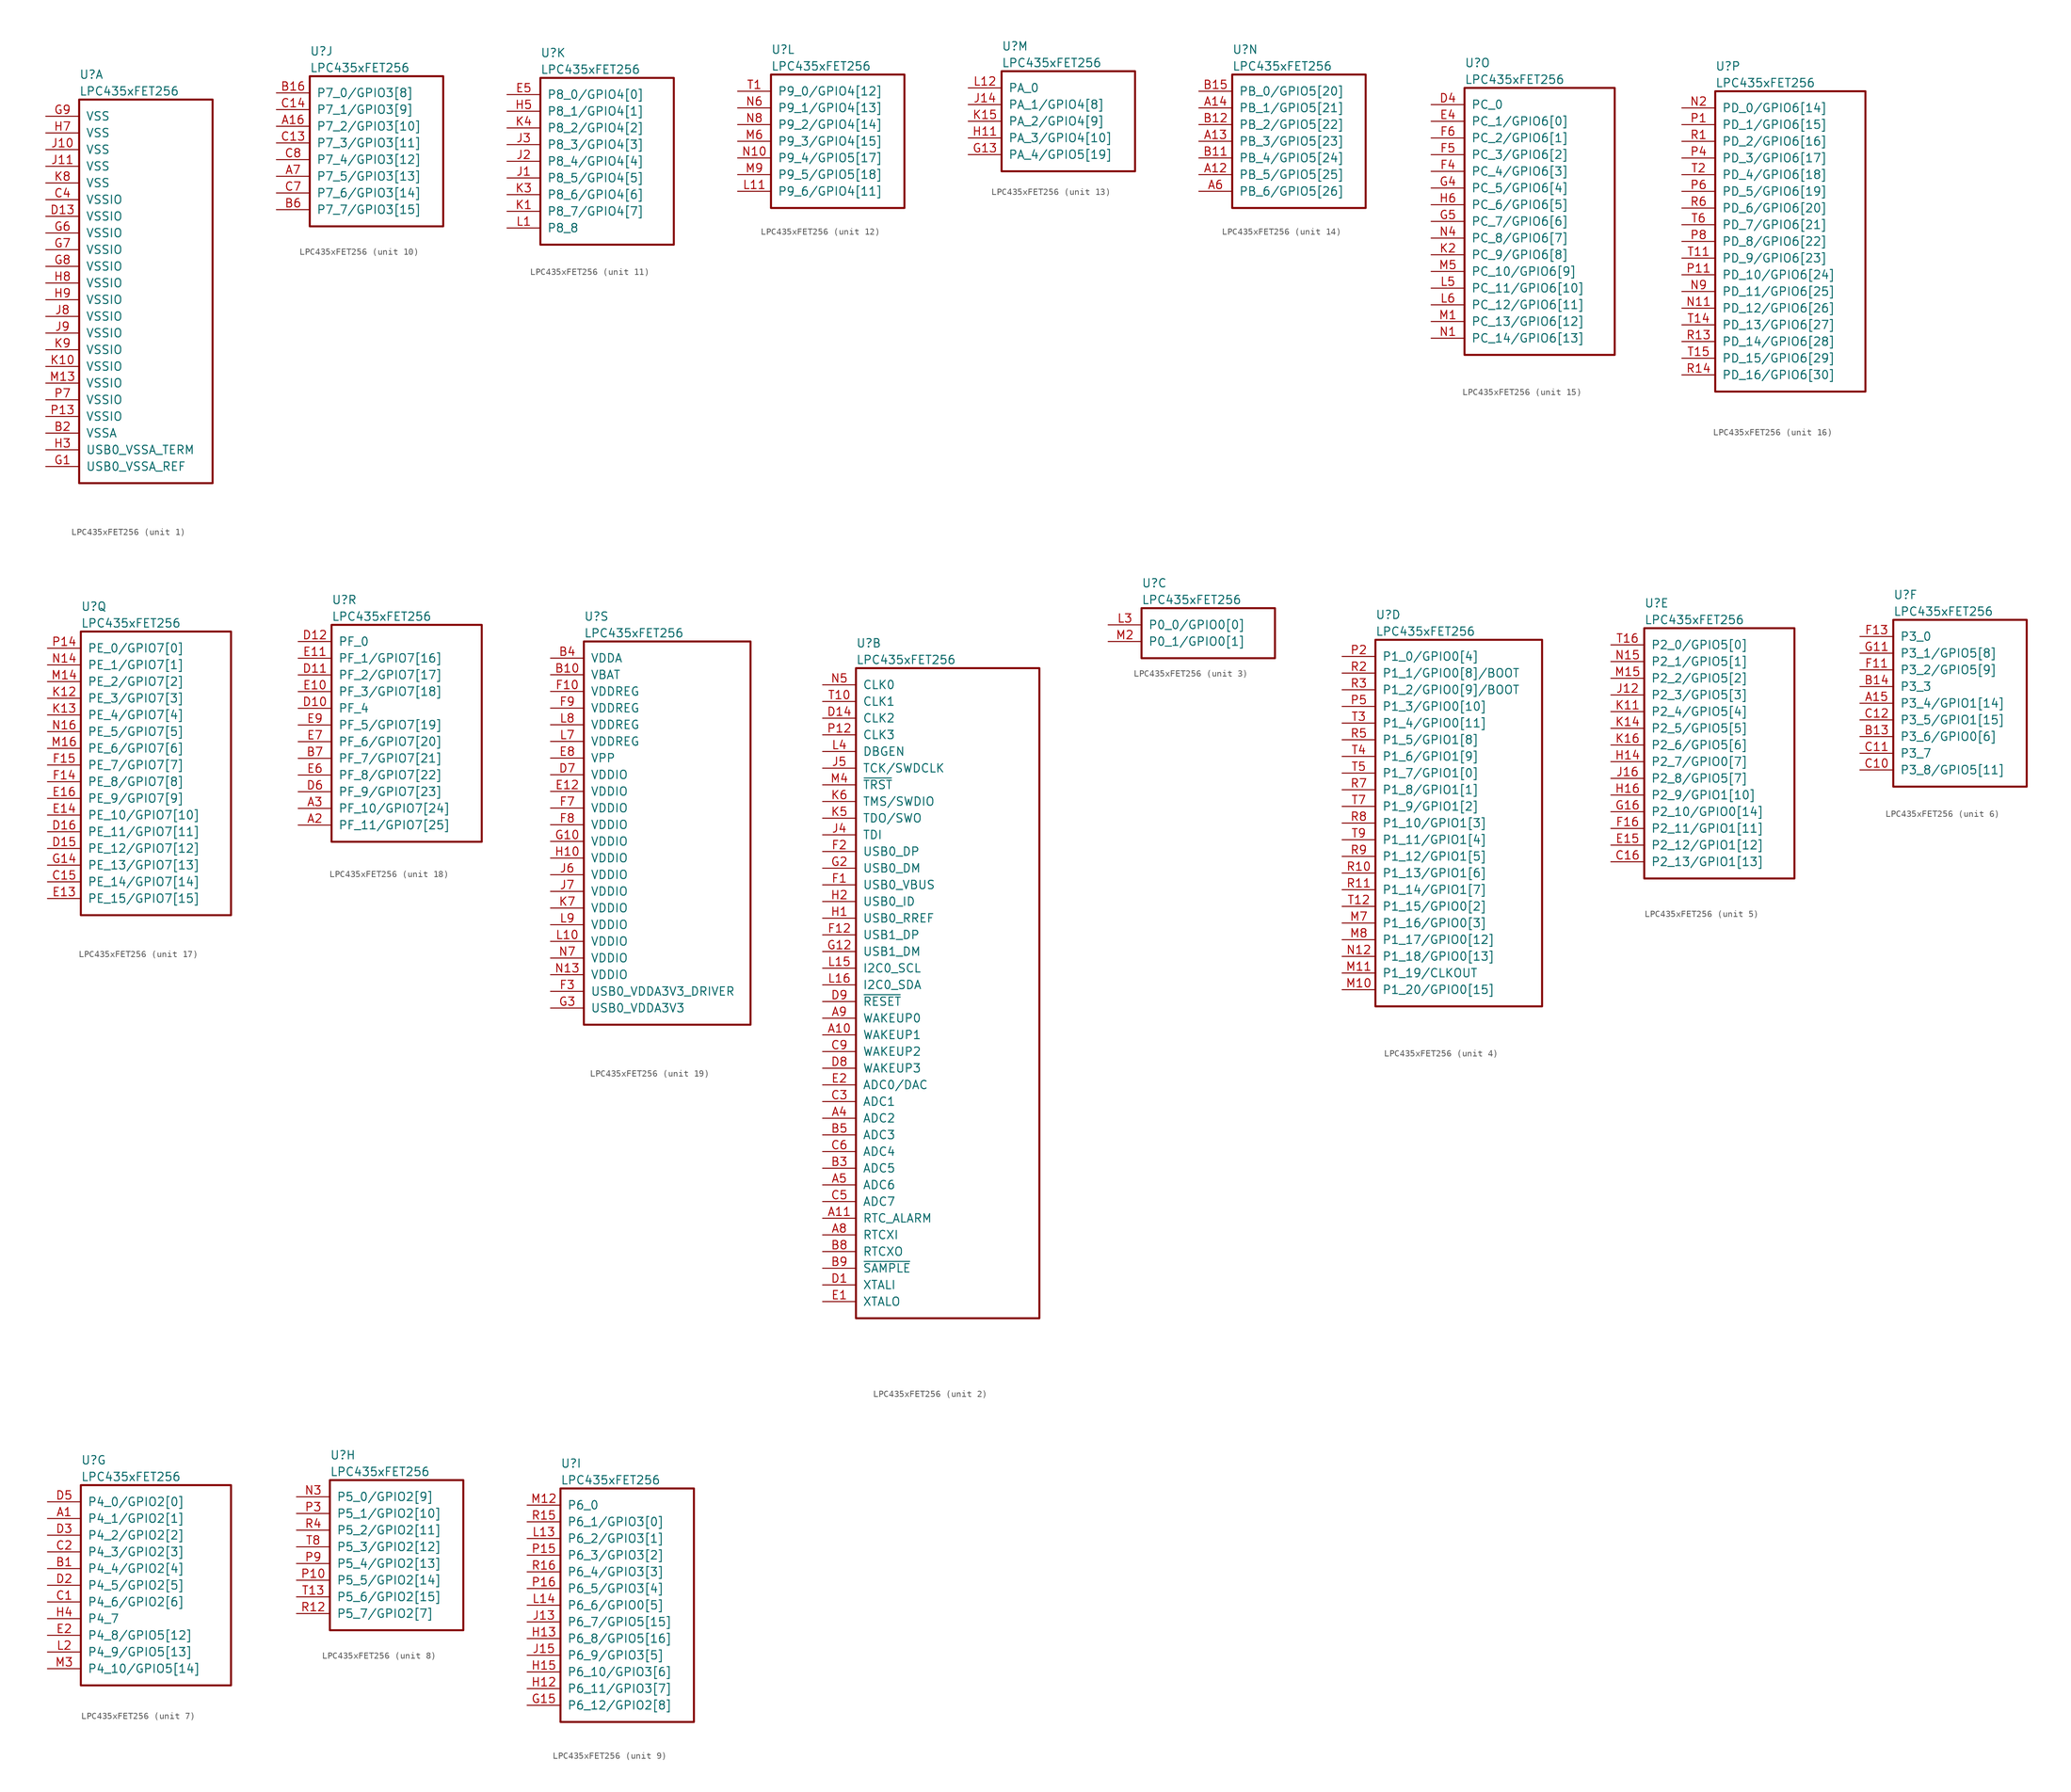
<source format=kicad_sym>
(kicad_symbol_lib
  (version 20211014)
  (generator kicad_symbol_editor)
  (symbol "LPC435xFET256"
    (pin_names
      (offset 1.016))
    (property "Reference" "U"
      (at 5.08 6.35 0)
      (effects (font (size 1.27 1.27)) (justify left)))
    (property "Value" "LPC435xFET256"
      (at 5.08 3.81 0)
      (effects (font (size 1.27 1.27)) (justify left)))
    (property "ki_locked" ""
      (at 0 0 0)
      (effects (font (size 1.27 1.27))))
    (symbol "LPC435xFET256_1_1"
      (rectangle (start 5.08 2.54) (end 25.4 -55.88) (stroke (width 0.305) (type default) (color 0 0 0 0)) (fill (type none)))
      (pin power_in line (at 0 -48.26 0) (length 5.08) (name "VSSA" (effects (font (size 1.27 1.27)))) (number "B2" (effects (font (size 1.27 1.27)))))
      (pin power_in line (at 0 -12.7 0) (length 5.08) (name "VSSIO" (effects (font (size 1.27 1.27)))) (number "C4" (effects (font (size 1.27 1.27)))))
      (pin power_in line (at 0 -15.24 0) (length 5.08) (name "VSSIO" (effects (font (size 1.27 1.27)))) (number "D13" (effects (font (size 1.27 1.27)))))
      (pin power_in line (at 0 -53.34 0) (length 5.08) (name "USB0_VSSA_REF" (effects (font (size 1.27 1.27)))) (number "G1" (effects (font (size 1.27 1.27)))))
      (pin power_in line (at 0 -17.78 0) (length 5.08) (name "VSSIO" (effects (font (size 1.27 1.27)))) (number "G6" (effects (font (size 1.27 1.27)))))
      (pin power_in line (at 0 -20.32 0) (length 5.08) (name "VSSIO" (effects (font (size 1.27 1.27)))) (number "G7" (effects (font (size 1.27 1.27)))))
      (pin power_in line (at 0 -22.86 0) (length 5.08) (name "VSSIO" (effects (font (size 1.27 1.27)))) (number "G8" (effects (font (size 1.27 1.27)))))
      (pin power_in line (at 0 0 0) (length 5.08) (name "VSS" (effects (font (size 1.27 1.27)))) (number "G9" (effects (font (size 1.27 1.27)))))
      (pin power_in line (at 0 -50.8 0) (length 5.08) (name "USB0_VSSA_TERM" (effects (font (size 1.27 1.27)))) (number "H3" (effects (font (size 1.27 1.27)))))
      (pin power_in line (at 0 -2.54 0) (length 5.08) (name "VSS" (effects (font (size 1.27 1.27)))) (number "H7" (effects (font (size 1.27 1.27)))))
      (pin power_in line (at 0 -25.4 0) (length 5.08) (name "VSSIO" (effects (font (size 1.27 1.27)))) (number "H8" (effects (font (size 1.27 1.27)))))
      (pin power_in line (at 0 -27.94 0) (length 5.08) (name "VSSIO" (effects (font (size 1.27 1.27)))) (number "H9" (effects (font (size 1.27 1.27)))))
      (pin power_in line (at 0 -5.08 0) (length 5.08) (name "VSS" (effects (font (size 1.27 1.27)))) (number "J10" (effects (font (size 1.27 1.27)))))
      (pin power_in line (at 0 -7.62 0) (length 5.08) (name "VSS" (effects (font (size 1.27 1.27)))) (number "J11" (effects (font (size 1.27 1.27)))))
      (pin power_in line (at 0 -30.48 0) (length 5.08) (name "VSSIO" (effects (font (size 1.27 1.27)))) (number "J8" (effects (font (size 1.27 1.27)))))
      (pin power_in line (at 0 -33.02 0) (length 5.08) (name "VSSIO" (effects (font (size 1.27 1.27)))) (number "J9" (effects (font (size 1.27 1.27)))))
      (pin power_in line (at 0 -38.1 0) (length 5.08) (name "VSSIO" (effects (font (size 1.27 1.27)))) (number "K10" (effects (font (size 1.27 1.27)))))
      (pin power_in line (at 0 -10.16 0) (length 5.08) (name "VSS" (effects (font (size 1.27 1.27)))) (number "K8" (effects (font (size 1.27 1.27)))))
      (pin power_in line (at 0 -35.56 0) (length 5.08) (name "VSSIO" (effects (font (size 1.27 1.27)))) (number "K9" (effects (font (size 1.27 1.27)))))
      (pin power_in line (at 0 -40.64 0) (length 5.08) (name "VSSIO" (effects (font (size 1.27 1.27)))) (number "M13" (effects (font (size 1.27 1.27)))))
      (pin power_in line (at 0 -45.72 0) (length 5.08) (name "VSSIO" (effects (font (size 1.27 1.27)))) (number "P13" (effects (font (size 1.27 1.27)))))
      (pin power_in line (at 0 -43.18 0) (length 5.08) (name "VSSIO" (effects (font (size 1.27 1.27)))) (number "P7" (effects (font (size 1.27 1.27))))))
    (symbol "LPC435xFET256_2_1"
      (rectangle (start 5.08 2.54) (end 33.02 -96.52) (stroke (width 0.305) (type default) (color 0 0 0 0)) (fill (type none)))
      (pin input line (at 0 -53.34 0) (length 5.08) (name "WAKEUP1" (effects (font (size 1.27 1.27)))) (number "A10" (effects (font (size 1.27 1.27)))))
      (pin output line (at 0 -81.28 0) (length 5.08) (name "RTC_ALARM" (effects (font (size 1.27 1.27)))) (number "A11" (effects (font (size 1.27 1.27)))))
      (pin input line (at 0 -66.04 0) (length 5.08) (name "ADC2" (effects (font (size 1.27 1.27)))) (number "A4" (effects (font (size 1.27 1.27)))))
      (pin input line (at 0 -76.2 0) (length 5.08) (name "ADC6" (effects (font (size 1.27 1.27)))) (number "A5" (effects (font (size 1.27 1.27)))))
      (pin input line (at 0 -83.82 0) (length 5.08) (name "RTCXI" (effects (font (size 1.27 1.27)))) (number "A8" (effects (font (size 1.27 1.27)))))
      (pin input line (at 0 -50.8 0) (length 5.08) (name "WAKEUP0" (effects (font (size 1.27 1.27)))) (number "A9" (effects (font (size 1.27 1.27)))))
      (pin input line (at 0 -73.66 0) (length 5.08) (name "ADC5" (effects (font (size 1.27 1.27)))) (number "B3" (effects (font (size 1.27 1.27)))))
      (pin input line (at 0 -68.58 0) (length 5.08) (name "ADC3" (effects (font (size 1.27 1.27)))) (number "B5" (effects (font (size 1.27 1.27)))))
      (pin output line (at 0 -86.36 0) (length 5.08) (name "RTCXO" (effects (font (size 1.27 1.27)))) (number "B8" (effects (font (size 1.27 1.27)))))
      (pin output line (at 0 -88.9 0) (length 5.08) (name "~{SAMPLE}" (effects (font (size 1.27 1.27)))) (number "B9" (effects (font (size 1.27 1.27)))))
      (pin input line (at 0 -63.5 0) (length 5.08) (name "ADC1" (effects (font (size 1.27 1.27)))) (number "C3" (effects (font (size 1.27 1.27)))))
      (pin input line (at 0 -78.74 0) (length 5.08) (name "ADC7" (effects (font (size 1.27 1.27)))) (number "C5" (effects (font (size 1.27 1.27)))))
      (pin input line (at 0 -71.12 0) (length 5.08) (name "ADC4" (effects (font (size 1.27 1.27)))) (number "C6" (effects (font (size 1.27 1.27)))))
      (pin input line (at 0 -55.88 0) (length 5.08) (name "WAKEUP2" (effects (font (size 1.27 1.27)))) (number "C9" (effects (font (size 1.27 1.27)))))
      (pin input line (at 0 -91.44 0) (length 5.08) (name "XTALI" (effects (font (size 1.27 1.27)))) (number "D1" (effects (font (size 1.27 1.27)))))
      (pin bidirectional line (at 0 -5.08 0) (length 5.08) (name "CLK2" (effects (font (size 1.27 1.27)))) (number "D14" (effects (font (size 1.27 1.27)))))
      (pin input line (at 0 -58.42 0) (length 5.08) (name "WAKEUP3" (effects (font (size 1.27 1.27)))) (number "D8" (effects (font (size 1.27 1.27)))))
      (pin input line (at 0 -48.26 0) (length 5.08) (name "~{RESET}" (effects (font (size 1.27 1.27)))) (number "D9" (effects (font (size 1.27 1.27)))))
      (pin output line (at 0 -93.98 0) (length 5.08) (name "XTALO" (effects (font (size 1.27 1.27)))) (number "E1" (effects (font (size 1.27 1.27)))))
      (pin bidirectional line (at 0 -60.96 0) (length 5.08) (name "ADC0/DAC" (effects (font (size 1.27 1.27)))) (number "E2" (effects (font (size 1.27 1.27)))))
      (pin input line (at 0 -30.48 0) (length 5.08) (name "USB0_VBUS" (effects (font (size 1.27 1.27)))) (number "F1" (effects (font (size 1.27 1.27)))))
      (pin bidirectional line (at 0 -38.1 0) (length 5.08) (name "USB1_DP" (effects (font (size 1.27 1.27)))) (number "F12" (effects (font (size 1.27 1.27)))))
      (pin bidirectional line (at 0 -25.4 0) (length 5.08) (name "USB0_DP" (effects (font (size 1.27 1.27)))) (number "F2" (effects (font (size 1.27 1.27)))))
      (pin bidirectional line (at 0 -40.64 0) (length 5.08) (name "USB1_DM" (effects (font (size 1.27 1.27)))) (number "G12" (effects (font (size 1.27 1.27)))))
      (pin bidirectional line (at 0 -27.94 0) (length 5.08) (name "USB0_DM" (effects (font (size 1.27 1.27)))) (number "G2" (effects (font (size 1.27 1.27)))))
      (pin passive line (at 0 -35.56 0) (length 5.08) (name "USB0_RREF" (effects (font (size 1.27 1.27)))) (number "H1" (effects (font (size 1.27 1.27)))))
      (pin input line (at 0 -33.02 0) (length 5.08) (name "USB0_ID" (effects (font (size 1.27 1.27)))) (number "H2" (effects (font (size 1.27 1.27)))))
      (pin input line (at 0 -22.86 0) (length 5.08) (name "TDI" (effects (font (size 1.27 1.27)))) (number "J4" (effects (font (size 1.27 1.27)))))
      (pin input line (at 0 -12.7 0) (length 5.08) (name "TCK/SWDCLK" (effects (font (size 1.27 1.27)))) (number "J5" (effects (font (size 1.27 1.27)))))
      (pin output line (at 0 -20.32 0) (length 5.08) (name "TDO/SWO" (effects (font (size 1.27 1.27)))) (number "K5" (effects (font (size 1.27 1.27)))))
      (pin bidirectional line (at 0 -17.78 0) (length 5.08) (name "TMS/SWDIO" (effects (font (size 1.27 1.27)))) (number "K6" (effects (font (size 1.27 1.27)))))
      (pin bidirectional line (at 0 -43.18 0) (length 5.08) (name "I2C0_SCL" (effects (font (size 1.27 1.27)))) (number "L15" (effects (font (size 1.27 1.27)))))
      (pin bidirectional line (at 0 -45.72 0) (length 5.08) (name "I2C0_SDA" (effects (font (size 1.27 1.27)))) (number "L16" (effects (font (size 1.27 1.27)))))
      (pin bidirectional line (at 0 -10.16 0) (length 5.08) (name "DBGEN" (effects (font (size 1.27 1.27)))) (number "L4" (effects (font (size 1.27 1.27)))))
      (pin input line (at 0 -15.24 0) (length 5.08) (name "~{TRST}" (effects (font (size 1.27 1.27)))) (number "M4" (effects (font (size 1.27 1.27)))))
      (pin bidirectional line (at 0 0 0) (length 5.08) (name "CLK0" (effects (font (size 1.27 1.27)))) (number "N5" (effects (font (size 1.27 1.27)))))
      (pin bidirectional line (at 0 -7.62 0) (length 5.08) (name "CLK3" (effects (font (size 1.27 1.27)))) (number "P12" (effects (font (size 1.27 1.27)))))
      (pin bidirectional line (at 0 -2.54 0) (length 5.08) (name "CLK1" (effects (font (size 1.27 1.27)))) (number "T10" (effects (font (size 1.27 1.27))))))
    (symbol "LPC435xFET256_3_1"
      (rectangle (start 5.08 2.54) (end 25.4 -5.08) (stroke (width 0.305) (type default) (color 0 0 0 0)) (fill (type none)))
      (pin bidirectional line (at 0 0 0) (length 5.08) (name "P0_0/GPIO0[0]" (effects (font (size 1.27 1.27)))) (number "L3" (effects (font (size 1.27 1.27)))))
      (pin bidirectional line (at 0 -2.54 0) (length 5.08) (name "P0_1/GPIO0[1]" (effects (font (size 1.27 1.27)))) (number "M2" (effects (font (size 1.27 1.27))))))
    (symbol "LPC435xFET256_4_1"
      (rectangle (start 5.08 2.54) (end 30.48 -53.34) (stroke (width 0.305) (type default) (color 0 0 0 0)) (fill (type none)))
      (pin bidirectional line (at 0 -50.8 0) (length 5.08) (name "P1_20/GPIO0[15]" (effects (font (size 1.27 1.27)))) (number "M10" (effects (font (size 1.27 1.27)))))
      (pin bidirectional line (at 0 -48.26 0) (length 5.08) (name "P1_19/CLKOUT" (effects (font (size 1.27 1.27)))) (number "M11" (effects (font (size 1.27 1.27)))))
      (pin bidirectional line (at 0 -40.64 0) (length 5.08) (name "P1_16/GPIO0[3]" (effects (font (size 1.27 1.27)))) (number "M7" (effects (font (size 1.27 1.27)))))
      (pin bidirectional line (at 0 -43.18 0) (length 5.08) (name "P1_17/GPIO0[12]" (effects (font (size 1.27 1.27)))) (number "M8" (effects (font (size 1.27 1.27)))))
      (pin bidirectional line (at 0 -45.72 0) (length 5.08) (name "P1_18/GPIO0[13]" (effects (font (size 1.27 1.27)))) (number "N12" (effects (font (size 1.27 1.27)))))
      (pin bidirectional line (at 0 0 0) (length 5.08) (name "P1_0/GPIO0[4]" (effects (font (size 1.27 1.27)))) (number "P2" (effects (font (size 1.27 1.27)))))
      (pin bidirectional line (at 0 -7.62 0) (length 5.08) (name "P1_3/GPIO0[10]" (effects (font (size 1.27 1.27)))) (number "P5" (effects (font (size 1.27 1.27)))))
      (pin bidirectional line (at 0 -33.02 0) (length 5.08) (name "P1_13/GPIO1[6]" (effects (font (size 1.27 1.27)))) (number "R10" (effects (font (size 1.27 1.27)))))
      (pin bidirectional line (at 0 -35.56 0) (length 5.08) (name "P1_14/GPIO1[7]" (effects (font (size 1.27 1.27)))) (number "R11" (effects (font (size 1.27 1.27)))))
      (pin bidirectional line (at 0 -2.54 0) (length 5.08) (name "P1_1/GPIO0[8]/BOOT" (effects (font (size 1.27 1.27)))) (number "R2" (effects (font (size 1.27 1.27)))))
      (pin bidirectional line (at 0 -5.08 0) (length 5.08) (name "P1_2/GPIO0[9]/BOOT" (effects (font (size 1.27 1.27)))) (number "R3" (effects (font (size 1.27 1.27)))))
      (pin bidirectional line (at 0 -12.7 0) (length 5.08) (name "P1_5/GPIO1[8]" (effects (font (size 1.27 1.27)))) (number "R5" (effects (font (size 1.27 1.27)))))
      (pin bidirectional line (at 0 -20.32 0) (length 5.08) (name "P1_8/GPIO1[1]" (effects (font (size 1.27 1.27)))) (number "R7" (effects (font (size 1.27 1.27)))))
      (pin bidirectional line (at 0 -25.4 0) (length 5.08) (name "P1_10/GPIO1[3]" (effects (font (size 1.27 1.27)))) (number "R8" (effects (font (size 1.27 1.27)))))
      (pin bidirectional line (at 0 -30.48 0) (length 5.08) (name "P1_12/GPIO1[5]" (effects (font (size 1.27 1.27)))) (number "R9" (effects (font (size 1.27 1.27)))))
      (pin bidirectional line (at 0 -38.1 0) (length 5.08) (name "P1_15/GPIO0[2]" (effects (font (size 1.27 1.27)))) (number "T12" (effects (font (size 1.27 1.27)))))
      (pin bidirectional line (at 0 -10.16 0) (length 5.08) (name "P1_4/GPIO0[11]" (effects (font (size 1.27 1.27)))) (number "T3" (effects (font (size 1.27 1.27)))))
      (pin bidirectional line (at 0 -15.24 0) (length 5.08) (name "P1_6/GPIO1[9]" (effects (font (size 1.27 1.27)))) (number "T4" (effects (font (size 1.27 1.27)))))
      (pin bidirectional line (at 0 -17.78 0) (length 5.08) (name "P1_7/GPIO1[0]" (effects (font (size 1.27 1.27)))) (number "T5" (effects (font (size 1.27 1.27)))))
      (pin bidirectional line (at 0 -22.86 0) (length 5.08) (name "P1_9/GPIO1[2]" (effects (font (size 1.27 1.27)))) (number "T7" (effects (font (size 1.27 1.27)))))
      (pin bidirectional line (at 0 -27.94 0) (length 5.08) (name "P1_11/GPIO1[4]" (effects (font (size 1.27 1.27)))) (number "T9" (effects (font (size 1.27 1.27))))))
    (symbol "LPC435xFET256_5_1"
      (rectangle (start 5.08 2.54) (end 27.94 -35.56) (stroke (width 0.305) (type default) (color 0 0 0 0)) (fill (type none)))
      (pin bidirectional line (at 0 -33.02 0) (length 5.08) (name "P2_13/GPIO1[13]" (effects (font (size 1.27 1.27)))) (number "C16" (effects (font (size 1.27 1.27)))))
      (pin bidirectional line (at 0 -30.48 0) (length 5.08) (name "P2_12/GPIO1[12]" (effects (font (size 1.27 1.27)))) (number "E15" (effects (font (size 1.27 1.27)))))
      (pin bidirectional line (at 0 -27.94 0) (length 5.08) (name "P2_11/GPIO1[11]" (effects (font (size 1.27 1.27)))) (number "F16" (effects (font (size 1.27 1.27)))))
      (pin bidirectional line (at 0 -25.4 0) (length 5.08) (name "P2_10/GPIO0[14]" (effects (font (size 1.27 1.27)))) (number "G16" (effects (font (size 1.27 1.27)))))
      (pin bidirectional line (at 0 -17.78 0) (length 5.08) (name "P2_7/GPIO0[7]" (effects (font (size 1.27 1.27)))) (number "H14" (effects (font (size 1.27 1.27)))))
      (pin bidirectional line (at 0 -22.86 0) (length 5.08) (name "P2_9/GPIO1[10]" (effects (font (size 1.27 1.27)))) (number "H16" (effects (font (size 1.27 1.27)))))
      (pin bidirectional line (at 0 -7.62 0) (length 5.08) (name "P2_3/GPIO5[3]" (effects (font (size 1.27 1.27)))) (number "J12" (effects (font (size 1.27 1.27)))))
      (pin bidirectional line (at 0 -20.32 0) (length 5.08) (name "P2_8/GPIO5[7]" (effects (font (size 1.27 1.27)))) (number "J16" (effects (font (size 1.27 1.27)))))
      (pin bidirectional line (at 0 -10.16 0) (length 5.08) (name "P2_4/GPIO5[4]" (effects (font (size 1.27 1.27)))) (number "K11" (effects (font (size 1.27 1.27)))))
      (pin bidirectional line (at 0 -12.7 0) (length 5.08) (name "P2_5/GPIO5[5]" (effects (font (size 1.27 1.27)))) (number "K14" (effects (font (size 1.27 1.27)))))
      (pin bidirectional line (at 0 -15.24 0) (length 5.08) (name "P2_6/GPIO5[6]" (effects (font (size 1.27 1.27)))) (number "K16" (effects (font (size 1.27 1.27)))))
      (pin bidirectional line (at 0 -5.08 0) (length 5.08) (name "P2_2/GPIO5[2]" (effects (font (size 1.27 1.27)))) (number "M15" (effects (font (size 1.27 1.27)))))
      (pin bidirectional line (at 0 -2.54 0) (length 5.08) (name "P2_1/GPIO5[1]" (effects (font (size 1.27 1.27)))) (number "N15" (effects (font (size 1.27 1.27)))))
      (pin bidirectional line (at 0 0 0) (length 5.08) (name "P2_0/GPIO5[0]" (effects (font (size 1.27 1.27)))) (number "T16" (effects (font (size 1.27 1.27))))))
    (symbol "LPC435xFET256_6_1"
      (rectangle (start 5.08 2.54) (end 25.4 -22.86) (stroke (width 0.305) (type default) (color 0 0 0 0)) (fill (type none)))
      (pin bidirectional line (at 0 -10.16 0) (length 5.08) (name "P3_4/GPIO1[14]" (effects (font (size 1.27 1.27)))) (number "A15" (effects (font (size 1.27 1.27)))))
      (pin bidirectional line (at 0 -15.24 0) (length 5.08) (name "P3_6/GPIO0[6]" (effects (font (size 1.27 1.27)))) (number "B13" (effects (font (size 1.27 1.27)))))
      (pin bidirectional line (at 0 -7.62 0) (length 5.08) (name "P3_3" (effects (font (size 1.27 1.27)))) (number "B14" (effects (font (size 1.27 1.27)))))
      (pin bidirectional line (at 0 -20.32 0) (length 5.08) (name "P3_8/GPIO5[11]" (effects (font (size 1.27 1.27)))) (number "C10" (effects (font (size 1.27 1.27)))))
      (pin bidirectional line (at 0 -17.78 0) (length 5.08) (name "P3_7" (effects (font (size 1.27 1.27)))) (number "C11" (effects (font (size 1.27 1.27)))))
      (pin bidirectional line (at 0 -12.7 0) (length 5.08) (name "P3_5/GPIO1[15]" (effects (font (size 1.27 1.27)))) (number "C12" (effects (font (size 1.27 1.27)))))
      (pin bidirectional line (at 0 -5.08 0) (length 5.08) (name "P3_2/GPIO5[9]" (effects (font (size 1.27 1.27)))) (number "F11" (effects (font (size 1.27 1.27)))))
      (pin bidirectional line (at 0 0 0) (length 5.08) (name "P3_0" (effects (font (size 1.27 1.27)))) (number "F13" (effects (font (size 1.27 1.27)))))
      (pin bidirectional line (at 0 -2.54 0) (length 5.08) (name "P3_1/GPIO5[8]" (effects (font (size 1.27 1.27)))) (number "G11" (effects (font (size 1.27 1.27))))))
    (symbol "LPC435xFET256_7_1"
      (rectangle (start 5.08 2.54) (end 27.94 -27.94) (stroke (width 0.305) (type default) (color 0 0 0 0)) (fill (type none)))
      (pin bidirectional line (at 0 -2.54 0) (length 5.08) (name "P4_1/GPIO2[1]" (effects (font (size 1.27 1.27)))) (number "A1" (effects (font (size 1.27 1.27)))))
      (pin bidirectional line (at 0 -10.16 0) (length 5.08) (name "P4_4/GPIO2[4]" (effects (font (size 1.27 1.27)))) (number "B1" (effects (font (size 1.27 1.27)))))
      (pin bidirectional line (at 0 -15.24 0) (length 5.08) (name "P4_6/GPIO2[6]" (effects (font (size 1.27 1.27)))) (number "C1" (effects (font (size 1.27 1.27)))))
      (pin bidirectional line (at 0 -7.62 0) (length 5.08) (name "P4_3/GPIO2[3]" (effects (font (size 1.27 1.27)))) (number "C2" (effects (font (size 1.27 1.27)))))
      (pin bidirectional line (at 0 -12.7 0) (length 5.08) (name "P4_5/GPIO2[5]" (effects (font (size 1.27 1.27)))) (number "D2" (effects (font (size 1.27 1.27)))))
      (pin bidirectional line (at 0 -5.08 0) (length 5.08) (name "P4_2/GPIO2[2]" (effects (font (size 1.27 1.27)))) (number "D3" (effects (font (size 1.27 1.27)))))
      (pin bidirectional line (at 0 0 0) (length 5.08) (name "P4_0/GPIO2[0]" (effects (font (size 1.27 1.27)))) (number "D5" (effects (font (size 1.27 1.27)))))
      (pin bidirectional line (at 0 -20.32 0) (length 5.08) (name "P4_8/GPIO5[12]" (effects (font (size 1.27 1.27)))) (number "E2" (effects (font (size 1.27 1.27)))))
      (pin bidirectional line (at 0 -17.78 0) (length 5.08) (name "P4_7" (effects (font (size 1.27 1.27)))) (number "H4" (effects (font (size 1.27 1.27)))))
      (pin bidirectional line (at 0 -22.86 0) (length 5.08) (name "P4_9/GPIO5[13]" (effects (font (size 1.27 1.27)))) (number "L2" (effects (font (size 1.27 1.27)))))
      (pin bidirectional line (at 0 -25.4 0) (length 5.08) (name "P4_10/GPIO5[14]" (effects (font (size 1.27 1.27)))) (number "M3" (effects (font (size 1.27 1.27))))))
    (symbol "LPC435xFET256_8_1"
      (rectangle (start 5.08 2.54) (end 25.4 -20.32) (stroke (width 0.305) (type default) (color 0 0 0 0)) (fill (type none)))
      (pin bidirectional line (at 0 0 0) (length 5.08) (name "P5_0/GPIO2[9]" (effects (font (size 1.27 1.27)))) (number "N3" (effects (font (size 1.27 1.27)))))
      (pin bidirectional line (at 0 -12.7 0) (length 5.08) (name "P5_5/GPIO2[14]" (effects (font (size 1.27 1.27)))) (number "P10" (effects (font (size 1.27 1.27)))))
      (pin bidirectional line (at 0 -2.54 0) (length 5.08) (name "P5_1/GPIO2[10]" (effects (font (size 1.27 1.27)))) (number "P3" (effects (font (size 1.27 1.27)))))
      (pin bidirectional line (at 0 -10.16 0) (length 5.08) (name "P5_4/GPIO2[13]" (effects (font (size 1.27 1.27)))) (number "P9" (effects (font (size 1.27 1.27)))))
      (pin bidirectional line (at 0 -17.78 0) (length 5.08) (name "P5_7/GPIO2[7]" (effects (font (size 1.27 1.27)))) (number "R12" (effects (font (size 1.27 1.27)))))
      (pin bidirectional line (at 0 -5.08 0) (length 5.08) (name "P5_2/GPIO2[11]" (effects (font (size 1.27 1.27)))) (number "R4" (effects (font (size 1.27 1.27)))))
      (pin bidirectional line (at 0 -15.24 0) (length 5.08) (name "P5_6/GPIO2[15]" (effects (font (size 1.27 1.27)))) (number "T13" (effects (font (size 1.27 1.27)))))
      (pin bidirectional line (at 0 -7.62 0) (length 5.08) (name "P5_3/GPIO2[12]" (effects (font (size 1.27 1.27)))) (number "T8" (effects (font (size 1.27 1.27))))))
    (symbol "LPC435xFET256_9_1"
      (rectangle (start 5.08 2.54) (end 25.4 -33.02) (stroke (width 0.305) (type default) (color 0 0 0 0)) (fill (type none)))
      (pin bidirectional line (at 0 -30.48 0) (length 5.08) (name "P6_12/GPIO2[8]" (effects (font (size 1.27 1.27)))) (number "G15" (effects (font (size 1.27 1.27)))))
      (pin bidirectional line (at 0 -27.94 0) (length 5.08) (name "P6_11/GPIO3[7]" (effects (font (size 1.27 1.27)))) (number "H12" (effects (font (size 1.27 1.27)))))
      (pin bidirectional line (at 0 -20.32 0) (length 5.08) (name "P6_8/GPIO5[16]" (effects (font (size 1.27 1.27)))) (number "H13" (effects (font (size 1.27 1.27)))))
      (pin bidirectional line (at 0 -25.4 0) (length 5.08) (name "P6_10/GPIO3[6]" (effects (font (size 1.27 1.27)))) (number "H15" (effects (font (size 1.27 1.27)))))
      (pin bidirectional line (at 0 -17.78 0) (length 5.08) (name "P6_7/GPIO5[15]" (effects (font (size 1.27 1.27)))) (number "J13" (effects (font (size 1.27 1.27)))))
      (pin bidirectional line (at 0 -22.86 0) (length 5.08) (name "P6_9/GPIO3[5]" (effects (font (size 1.27 1.27)))) (number "J15" (effects (font (size 1.27 1.27)))))
      (pin bidirectional line (at 0 -5.08 0) (length 5.08) (name "P6_2/GPIO3[1]" (effects (font (size 1.27 1.27)))) (number "L13" (effects (font (size 1.27 1.27)))))
      (pin bidirectional line (at 0 -15.24 0) (length 5.08) (name "P6_6/GPIO0[5]" (effects (font (size 1.27 1.27)))) (number "L14" (effects (font (size 1.27 1.27)))))
      (pin bidirectional line (at 0 0 0) (length 5.08) (name "P6_0" (effects (font (size 1.27 1.27)))) (number "M12" (effects (font (size 1.27 1.27)))))
      (pin bidirectional line (at 0 -7.62 0) (length 5.08) (name "P6_3/GPIO3[2]" (effects (font (size 1.27 1.27)))) (number "P15" (effects (font (size 1.27 1.27)))))
      (pin bidirectional line (at 0 -12.7 0) (length 5.08) (name "P6_5/GPIO3[4]" (effects (font (size 1.27 1.27)))) (number "P16" (effects (font (size 1.27 1.27)))))
      (pin bidirectional line (at 0 -2.54 0) (length 5.08) (name "P6_1/GPIO3[0]" (effects (font (size 1.27 1.27)))) (number "R15" (effects (font (size 1.27 1.27)))))
      (pin bidirectional line (at 0 -10.16 0) (length 5.08) (name "P6_4/GPIO3[3]" (effects (font (size 1.27 1.27)))) (number "R16" (effects (font (size 1.27 1.27))))))
    (symbol "LPC435xFET256_10_1"
      (rectangle (start 5.08 2.54) (end 25.4 -20.32) (stroke (width 0.305) (type default) (color 0 0 0 0)) (fill (type none)))
      (pin bidirectional line (at 0 -5.08 0) (length 5.08) (name "P7_2/GPIO3[10]" (effects (font (size 1.27 1.27)))) (number "A16" (effects (font (size 1.27 1.27)))))
      (pin bidirectional line (at 0 -12.7 0) (length 5.08) (name "P7_5/GPIO3[13]" (effects (font (size 1.27 1.27)))) (number "A7" (effects (font (size 1.27 1.27)))))
      (pin bidirectional line (at 0 0 0) (length 5.08) (name "P7_0/GPIO3[8]" (effects (font (size 1.27 1.27)))) (number "B16" (effects (font (size 1.27 1.27)))))
      (pin bidirectional line (at 0 -17.78 0) (length 5.08) (name "P7_7/GPIO3[15]" (effects (font (size 1.27 1.27)))) (number "B6" (effects (font (size 1.27 1.27)))))
      (pin bidirectional line (at 0 -7.62 0) (length 5.08) (name "P7_3/GPIO3[11]" (effects (font (size 1.27 1.27)))) (number "C13" (effects (font (size 1.27 1.27)))))
      (pin bidirectional line (at 0 -2.54 0) (length 5.08) (name "P7_1/GPIO3[9]" (effects (font (size 1.27 1.27)))) (number "C14" (effects (font (size 1.27 1.27)))))
      (pin bidirectional line (at 0 -15.24 0) (length 5.08) (name "P7_6/GPIO3[14]" (effects (font (size 1.27 1.27)))) (number "C7" (effects (font (size 1.27 1.27)))))
      (pin bidirectional line (at 0 -10.16 0) (length 5.08) (name "P7_4/GPIO3[12]" (effects (font (size 1.27 1.27)))) (number "C8" (effects (font (size 1.27 1.27))))))
    (symbol "LPC435xFET256_11_1"
      (rectangle (start 5.08 2.54) (end 25.4 -22.86) (stroke (width 0.305) (type default) (color 0 0 0 0)) (fill (type none)))
      (pin bidirectional line (at 0 0 0) (length 5.08) (name "P8_0/GPIO4[0]" (effects (font (size 1.27 1.27)))) (number "E5" (effects (font (size 1.27 1.27)))))
      (pin bidirectional line (at 0 -2.54 0) (length 5.08) (name "P8_1/GPIO4[1]" (effects (font (size 1.27 1.27)))) (number "H5" (effects (font (size 1.27 1.27)))))
      (pin bidirectional line (at 0 -12.7 0) (length 5.08) (name "P8_5/GPIO4[5]" (effects (font (size 1.27 1.27)))) (number "J1" (effects (font (size 1.27 1.27)))))
      (pin bidirectional line (at 0 -10.16 0) (length 5.08) (name "P8_4/GPIO4[4]" (effects (font (size 1.27 1.27)))) (number "J2" (effects (font (size 1.27 1.27)))))
      (pin bidirectional line (at 0 -7.62 0) (length 5.08) (name "P8_3/GPIO4[3]" (effects (font (size 1.27 1.27)))) (number "J3" (effects (font (size 1.27 1.27)))))
      (pin bidirectional line (at 0 -17.78 0) (length 5.08) (name "P8_7/GPIO4[7]" (effects (font (size 1.27 1.27)))) (number "K1" (effects (font (size 1.27 1.27)))))
      (pin bidirectional line (at 0 -15.24 0) (length 5.08) (name "P8_6/GPIO4[6]" (effects (font (size 1.27 1.27)))) (number "K3" (effects (font (size 1.27 1.27)))))
      (pin bidirectional line (at 0 -5.08 0) (length 5.08) (name "P8_2/GPIO4[2]" (effects (font (size 1.27 1.27)))) (number "K4" (effects (font (size 1.27 1.27)))))
      (pin bidirectional line (at 0 -20.32 0) (length 5.08) (name "P8_8" (effects (font (size 1.27 1.27)))) (number "L1" (effects (font (size 1.27 1.27))))))
    (symbol "LPC435xFET256_12_1"
      (rectangle (start 5.08 2.54) (end 25.4 -17.78) (stroke (width 0.305) (type default) (color 0 0 0 0)) (fill (type none)))
      (pin bidirectional line (at 0 -15.24 0) (length 5.08) (name "P9_6/GPIO4[11]" (effects (font (size 1.27 1.27)))) (number "L11" (effects (font (size 1.27 1.27)))))
      (pin bidirectional line (at 0 -7.62 0) (length 5.08) (name "P9_3/GPIO4[15]" (effects (font (size 1.27 1.27)))) (number "M6" (effects (font (size 1.27 1.27)))))
      (pin bidirectional line (at 0 -12.7 0) (length 5.08) (name "P9_5/GPIO5[18]" (effects (font (size 1.27 1.27)))) (number "M9" (effects (font (size 1.27 1.27)))))
      (pin bidirectional line (at 0 -10.16 0) (length 5.08) (name "P9_4/GPIO5[17]" (effects (font (size 1.27 1.27)))) (number "N10" (effects (font (size 1.27 1.27)))))
      (pin bidirectional line (at 0 -2.54 0) (length 5.08) (name "P9_1/GPIO4[13]" (effects (font (size 1.27 1.27)))) (number "N6" (effects (font (size 1.27 1.27)))))
      (pin bidirectional line (at 0 -5.08 0) (length 5.08) (name "P9_2/GPIO4[14]" (effects (font (size 1.27 1.27)))) (number "N8" (effects (font (size 1.27 1.27)))))
      (pin bidirectional line (at 0 0 0) (length 5.08) (name "P9_0/GPIO4[12]" (effects (font (size 1.27 1.27)))) (number "T1" (effects (font (size 1.27 1.27))))))
    (symbol "LPC435xFET256_13_1"
      (rectangle (start 5.08 2.54) (end 25.4 -12.7) (stroke (width 0.305) (type default) (color 0 0 0 0)) (fill (type none)))
      (pin bidirectional line (at 0 -10.16 0) (length 5.08) (name "PA_4/GPIO5[19]" (effects (font (size 1.27 1.27)))) (number "G13" (effects (font (size 1.27 1.27)))))
      (pin bidirectional line (at 0 -7.62 0) (length 5.08) (name "PA_3/GPIO4[10]" (effects (font (size 1.27 1.27)))) (number "H11" (effects (font (size 1.27 1.27)))))
      (pin bidirectional line (at 0 -2.54 0) (length 5.08) (name "PA_1/GPIO4[8]" (effects (font (size 1.27 1.27)))) (number "J14" (effects (font (size 1.27 1.27)))))
      (pin bidirectional line (at 0 -5.08 0) (length 5.08) (name "PA_2/GPIO4[9]" (effects (font (size 1.27 1.27)))) (number "K15" (effects (font (size 1.27 1.27)))))
      (pin bidirectional line (at 0 0 0) (length 5.08) (name "PA_0" (effects (font (size 1.27 1.27)))) (number "L12" (effects (font (size 1.27 1.27))))))
    (symbol "LPC435xFET256_14_1"
      (rectangle (start 5.08 2.54) (end 25.4 -17.78) (stroke (width 0.305) (type default) (color 0 0 0 0)) (fill (type none)))
      (pin bidirectional line (at 0 -12.7 0) (length 5.08) (name "PB_5/GPIO5[25]" (effects (font (size 1.27 1.27)))) (number "A12" (effects (font (size 1.27 1.27)))))
      (pin bidirectional line (at 0 -7.62 0) (length 5.08) (name "PB_3/GPIO5[23]" (effects (font (size 1.27 1.27)))) (number "A13" (effects (font (size 1.27 1.27)))))
      (pin bidirectional line (at 0 -2.54 0) (length 5.08) (name "PB_1/GPIO5[21]" (effects (font (size 1.27 1.27)))) (number "A14" (effects (font (size 1.27 1.27)))))
      (pin bidirectional line (at 0 -15.24 0) (length 5.08) (name "PB_6/GPIO5[26]" (effects (font (size 1.27 1.27)))) (number "A6" (effects (font (size 1.27 1.27)))))
      (pin bidirectional line (at 0 -10.16 0) (length 5.08) (name "PB_4/GPIO5[24]" (effects (font (size 1.27 1.27)))) (number "B11" (effects (font (size 1.27 1.27)))))
      (pin bidirectional line (at 0 -5.08 0) (length 5.08) (name "PB_2/GPIO5[22]" (effects (font (size 1.27 1.27)))) (number "B12" (effects (font (size 1.27 1.27)))))
      (pin bidirectional line (at 0 0 0) (length 5.08) (name "PB_0/GPIO5[20]" (effects (font (size 1.27 1.27)))) (number "B15" (effects (font (size 1.27 1.27))))))
    (symbol "LPC435xFET256_15_1"
      (rectangle (start 5.08 2.54) (end 27.94 -38.1) (stroke (width 0.305) (type default) (color 0 0 0 0)) (fill (type none)))
      (pin bidirectional line (at 0 0 0) (length 5.08) (name "PC_0" (effects (font (size 1.27 1.27)))) (number "D4" (effects (font (size 1.27 1.27)))))
      (pin bidirectional line (at 0 -2.54 0) (length 5.08) (name "PC_1/GPIO6[0]" (effects (font (size 1.27 1.27)))) (number "E4" (effects (font (size 1.27 1.27)))))
      (pin bidirectional line (at 0 -10.16 0) (length 5.08) (name "PC_4/GPIO6[3]" (effects (font (size 1.27 1.27)))) (number "F4" (effects (font (size 1.27 1.27)))))
      (pin bidirectional line (at 0 -7.62 0) (length 5.08) (name "PC_3/GPIO6[2]" (effects (font (size 1.27 1.27)))) (number "F5" (effects (font (size 1.27 1.27)))))
      (pin bidirectional line (at 0 -5.08 0) (length 5.08) (name "PC_2/GPIO6[1]" (effects (font (size 1.27 1.27)))) (number "F6" (effects (font (size 1.27 1.27)))))
      (pin bidirectional line (at 0 -12.7 0) (length 5.08) (name "PC_5/GPIO6[4]" (effects (font (size 1.27 1.27)))) (number "G4" (effects (font (size 1.27 1.27)))))
      (pin bidirectional line (at 0 -17.78 0) (length 5.08) (name "PC_7/GPIO6[6]" (effects (font (size 1.27 1.27)))) (number "G5" (effects (font (size 1.27 1.27)))))
      (pin bidirectional line (at 0 -15.24 0) (length 5.08) (name "PC_6/GPIO6[5]" (effects (font (size 1.27 1.27)))) (number "H6" (effects (font (size 1.27 1.27)))))
      (pin bidirectional line (at 0 -22.86 0) (length 5.08) (name "PC_9/GPIO6[8]" (effects (font (size 1.27 1.27)))) (number "K2" (effects (font (size 1.27 1.27)))))
      (pin bidirectional line (at 0 -27.94 0) (length 5.08) (name "PC_11/GPIO6[10]" (effects (font (size 1.27 1.27)))) (number "L5" (effects (font (size 1.27 1.27)))))
      (pin bidirectional line (at 0 -30.48 0) (length 5.08) (name "PC_12/GPIO6[11]" (effects (font (size 1.27 1.27)))) (number "L6" (effects (font (size 1.27 1.27)))))
      (pin bidirectional line (at 0 -33.02 0) (length 5.08) (name "PC_13/GPIO6[12]" (effects (font (size 1.27 1.27)))) (number "M1" (effects (font (size 1.27 1.27)))))
      (pin bidirectional line (at 0 -25.4 0) (length 5.08) (name "PC_10/GPIO6[9]" (effects (font (size 1.27 1.27)))) (number "M5" (effects (font (size 1.27 1.27)))))
      (pin bidirectional line (at 0 -35.56 0) (length 5.08) (name "PC_14/GPIO6[13]" (effects (font (size 1.27 1.27)))) (number "N1" (effects (font (size 1.27 1.27)))))
      (pin bidirectional line (at 0 -20.32 0) (length 5.08) (name "PC_8/GPIO6[7]" (effects (font (size 1.27 1.27)))) (number "N4" (effects (font (size 1.27 1.27))))))
    (symbol "LPC435xFET256_16_1"
      (rectangle (start 5.08 2.54) (end 27.94 -43.18) (stroke (width 0.305) (type default) (color 0 0 0 0)) (fill (type none)))
      (pin bidirectional line (at 0 -30.48 0) (length 5.08) (name "PD_12/GPIO6[26]" (effects (font (size 1.27 1.27)))) (number "N11" (effects (font (size 1.27 1.27)))))
      (pin bidirectional line (at 0 0 0) (length 5.08) (name "PD_0/GPIO6[14]" (effects (font (size 1.27 1.27)))) (number "N2" (effects (font (size 1.27 1.27)))))
      (pin bidirectional line (at 0 -27.94 0) (length 5.08) (name "PD_11/GPIO6[25]" (effects (font (size 1.27 1.27)))) (number "N9" (effects (font (size 1.27 1.27)))))
      (pin bidirectional line (at 0 -2.54 0) (length 5.08) (name "PD_1/GPIO6[15]" (effects (font (size 1.27 1.27)))) (number "P1" (effects (font (size 1.27 1.27)))))
      (pin bidirectional line (at 0 -25.4 0) (length 5.08) (name "PD_10/GPIO6[24]" (effects (font (size 1.27 1.27)))) (number "P11" (effects (font (size 1.27 1.27)))))
      (pin bidirectional line (at 0 -7.62 0) (length 5.08) (name "PD_3/GPIO6[17]" (effects (font (size 1.27 1.27)))) (number "P4" (effects (font (size 1.27 1.27)))))
      (pin bidirectional line (at 0 -12.7 0) (length 5.08) (name "PD_5/GPIO6[19]" (effects (font (size 1.27 1.27)))) (number "P6" (effects (font (size 1.27 1.27)))))
      (pin bidirectional line (at 0 -20.32 0) (length 5.08) (name "PD_8/GPIO6[22]" (effects (font (size 1.27 1.27)))) (number "P8" (effects (font (size 1.27 1.27)))))
      (pin bidirectional line (at 0 -5.08 0) (length 5.08) (name "PD_2/GPIO6[16]" (effects (font (size 1.27 1.27)))) (number "R1" (effects (font (size 1.27 1.27)))))
      (pin bidirectional line (at 0 -35.56 0) (length 5.08) (name "PD_14/GPIO6[28]" (effects (font (size 1.27 1.27)))) (number "R13" (effects (font (size 1.27 1.27)))))
      (pin bidirectional line (at 0 -40.64 0) (length 5.08) (name "PD_16/GPIO6[30]" (effects (font (size 1.27 1.27)))) (number "R14" (effects (font (size 1.27 1.27)))))
      (pin bidirectional line (at 0 -15.24 0) (length 5.08) (name "PD_6/GPIO6[20]" (effects (font (size 1.27 1.27)))) (number "R6" (effects (font (size 1.27 1.27)))))
      (pin bidirectional line (at 0 -22.86 0) (length 5.08) (name "PD_9/GPIO6[23]" (effects (font (size 1.27 1.27)))) (number "T11" (effects (font (size 1.27 1.27)))))
      (pin bidirectional line (at 0 -33.02 0) (length 5.08) (name "PD_13/GPIO6[27]" (effects (font (size 1.27 1.27)))) (number "T14" (effects (font (size 1.27 1.27)))))
      (pin bidirectional line (at 0 -38.1 0) (length 5.08) (name "PD_15/GPIO6[29]" (effects (font (size 1.27 1.27)))) (number "T15" (effects (font (size 1.27 1.27)))))
      (pin bidirectional line (at 0 -10.16 0) (length 5.08) (name "PD_4/GPIO6[18]" (effects (font (size 1.27 1.27)))) (number "T2" (effects (font (size 1.27 1.27)))))
      (pin bidirectional line (at 0 -17.78 0) (length 5.08) (name "PD_7/GPIO6[21]" (effects (font (size 1.27 1.27)))) (number "T6" (effects (font (size 1.27 1.27))))))
    (symbol "LPC435xFET256_17_1"
      (rectangle (start 5.08 2.54) (end 27.94 -40.64) (stroke (width 0.305) (type default) (color 0 0 0 0)) (fill (type none)))
      (pin bidirectional line (at 0 -35.56 0) (length 5.08) (name "PE_14/GPIO7[14]" (effects (font (size 1.27 1.27)))) (number "C15" (effects (font (size 1.27 1.27)))))
      (pin bidirectional line (at 0 -30.48 0) (length 5.08) (name "PE_12/GPIO7[12]" (effects (font (size 1.27 1.27)))) (number "D15" (effects (font (size 1.27 1.27)))))
      (pin bidirectional line (at 0 -27.94 0) (length 5.08) (name "PE_11/GPIO7[11]" (effects (font (size 1.27 1.27)))) (number "D16" (effects (font (size 1.27 1.27)))))
      (pin bidirectional line (at 0 -38.1 0) (length 5.08) (name "PE_15/GPIO7[15]" (effects (font (size 1.27 1.27)))) (number "E13" (effects (font (size 1.27 1.27)))))
      (pin bidirectional line (at 0 -25.4 0) (length 5.08) (name "PE_10/GPIO7[10]" (effects (font (size 1.27 1.27)))) (number "E14" (effects (font (size 1.27 1.27)))))
      (pin bidirectional line (at 0 -22.86 0) (length 5.08) (name "PE_9/GPIO7[9]" (effects (font (size 1.27 1.27)))) (number "E16" (effects (font (size 1.27 1.27)))))
      (pin bidirectional line (at 0 -20.32 0) (length 5.08) (name "PE_8/GPIO7[8]" (effects (font (size 1.27 1.27)))) (number "F14" (effects (font (size 1.27 1.27)))))
      (pin bidirectional line (at 0 -17.78 0) (length 5.08) (name "PE_7/GPIO7[7]" (effects (font (size 1.27 1.27)))) (number "F15" (effects (font (size 1.27 1.27)))))
      (pin bidirectional line (at 0 -33.02 0) (length 5.08) (name "PE_13/GPIO7[13]" (effects (font (size 1.27 1.27)))) (number "G14" (effects (font (size 1.27 1.27)))))
      (pin bidirectional line (at 0 -7.62 0) (length 5.08) (name "PE_3/GPIO7[3]" (effects (font (size 1.27 1.27)))) (number "K12" (effects (font (size 1.27 1.27)))))
      (pin bidirectional line (at 0 -10.16 0) (length 5.08) (name "PE_4/GPIO7[4]" (effects (font (size 1.27 1.27)))) (number "K13" (effects (font (size 1.27 1.27)))))
      (pin bidirectional line (at 0 -5.08 0) (length 5.08) (name "PE_2/GPIO7[2]" (effects (font (size 1.27 1.27)))) (number "M14" (effects (font (size 1.27 1.27)))))
      (pin bidirectional line (at 0 -15.24 0) (length 5.08) (name "PE_6/GPIO7[6]" (effects (font (size 1.27 1.27)))) (number "M16" (effects (font (size 1.27 1.27)))))
      (pin bidirectional line (at 0 -2.54 0) (length 5.08) (name "PE_1/GPIO7[1]" (effects (font (size 1.27 1.27)))) (number "N14" (effects (font (size 1.27 1.27)))))
      (pin bidirectional line (at 0 -12.7 0) (length 5.08) (name "PE_5/GPIO7[5]" (effects (font (size 1.27 1.27)))) (number "N16" (effects (font (size 1.27 1.27)))))
      (pin bidirectional line (at 0 0 0) (length 5.08) (name "PE_0/GPIO7[0]" (effects (font (size 1.27 1.27)))) (number "P14" (effects (font (size 1.27 1.27))))))
    (symbol "LPC435xFET256_18_1"
      (rectangle (start 5.08 2.54) (end 27.94 -30.48) (stroke (width 0.305) (type default) (color 0 0 0 0)) (fill (type none)))
      (pin bidirectional line (at 0 -27.94 0) (length 5.08) (name "PF_11/GPIO7[25]" (effects (font (size 1.27 1.27)))) (number "A2" (effects (font (size 1.27 1.27)))))
      (pin bidirectional line (at 0 -25.4 0) (length 5.08) (name "PF_10/GPIO7[24]" (effects (font (size 1.27 1.27)))) (number "A3" (effects (font (size 1.27 1.27)))))
      (pin bidirectional line (at 0 -17.78 0) (length 5.08) (name "PF_7/GPIO7[21]" (effects (font (size 1.27 1.27)))) (number "B7" (effects (font (size 1.27 1.27)))))
      (pin bidirectional line (at 0 -10.16 0) (length 5.08) (name "PF_4" (effects (font (size 1.27 1.27)))) (number "D10" (effects (font (size 1.27 1.27)))))
      (pin bidirectional line (at 0 -5.08 0) (length 5.08) (name "PF_2/GPIO7[17]" (effects (font (size 1.27 1.27)))) (number "D11" (effects (font (size 1.27 1.27)))))
      (pin bidirectional line (at 0 0 0) (length 5.08) (name "PF_0" (effects (font (size 1.27 1.27)))) (number "D12" (effects (font (size 1.27 1.27)))))
      (pin bidirectional line (at 0 -22.86 0) (length 5.08) (name "PF_9/GPIO7[23]" (effects (font (size 1.27 1.27)))) (number "D6" (effects (font (size 1.27 1.27)))))
      (pin bidirectional line (at 0 -7.62 0) (length 5.08) (name "PF_3/GPIO7[18]" (effects (font (size 1.27 1.27)))) (number "E10" (effects (font (size 1.27 1.27)))))
      (pin bidirectional line (at 0 -2.54 0) (length 5.08) (name "PF_1/GPIO7[16]" (effects (font (size 1.27 1.27)))) (number "E11" (effects (font (size 1.27 1.27)))))
      (pin bidirectional line (at 0 -20.32 0) (length 5.08) (name "PF_8/GPIO7[22]" (effects (font (size 1.27 1.27)))) (number "E6" (effects (font (size 1.27 1.27)))))
      (pin bidirectional line (at 0 -15.24 0) (length 5.08) (name "PF_6/GPIO7[20]" (effects (font (size 1.27 1.27)))) (number "E7" (effects (font (size 1.27 1.27)))))
      (pin bidirectional line (at 0 -12.7 0) (length 5.08) (name "PF_5/GPIO7[19]" (effects (font (size 1.27 1.27)))) (number "E9" (effects (font (size 1.27 1.27))))))
    (symbol "LPC435xFET256_19_1"
      (rectangle (start 5.08 2.54) (end 30.48 -55.88) (stroke (width 0.305) (type default) (color 0 0 0 0)) (fill (type none)))
      (pin power_in line (at 0 -2.54 0) (length 5.08) (name "VBAT" (effects (font (size 1.27 1.27)))) (number "B10" (effects (font (size 1.27 1.27)))))
      (pin power_in line (at 0 0 0) (length 5.08) (name "VDDA" (effects (font (size 1.27 1.27)))) (number "B4" (effects (font (size 1.27 1.27)))))
      (pin power_in line (at 0 -17.78 0) (length 5.08) (name "VDDIO" (effects (font (size 1.27 1.27)))) (number "D7" (effects (font (size 1.27 1.27)))))
      (pin power_in line (at 0 -20.32 0) (length 5.08) (name "VDDIO" (effects (font (size 1.27 1.27)))) (number "E12" (effects (font (size 1.27 1.27)))))
      (pin power_in line (at 0 -15.24 0) (length 5.08) (name "VPP" (effects (font (size 1.27 1.27)))) (number "E8" (effects (font (size 1.27 1.27)))))
      (pin power_in line (at 0 -5.08 0) (length 5.08) (name "VDDREG" (effects (font (size 1.27 1.27)))) (number "F10" (effects (font (size 1.27 1.27)))))
      (pin power_in line (at 0 -50.8 0) (length 5.08) (name "USB0_VDDA3V3_DRIVER" (effects (font (size 1.27 1.27)))) (number "F3" (effects (font (size 1.27 1.27)))))
      (pin power_in line (at 0 -22.86 0) (length 5.08) (name "VDDIO" (effects (font (size 1.27 1.27)))) (number "F7" (effects (font (size 1.27 1.27)))))
      (pin power_in line (at 0 -25.4 0) (length 5.08) (name "VDDIO" (effects (font (size 1.27 1.27)))) (number "F8" (effects (font (size 1.27 1.27)))))
      (pin power_in line (at 0 -7.62 0) (length 5.08) (name "VDDREG" (effects (font (size 1.27 1.27)))) (number "F9" (effects (font (size 1.27 1.27)))))
      (pin power_in line (at 0 -27.94 0) (length 5.08) (name "VDDIO" (effects (font (size 1.27 1.27)))) (number "G10" (effects (font (size 1.27 1.27)))))
      (pin power_in line (at 0 -53.34 0) (length 5.08) (name "USB0_VDDA3V3" (effects (font (size 1.27 1.27)))) (number "G3" (effects (font (size 1.27 1.27)))))
      (pin power_in line (at 0 -30.48 0) (length 5.08) (name "VDDIO" (effects (font (size 1.27 1.27)))) (number "H10" (effects (font (size 1.27 1.27)))))
      (pin power_in line (at 0 -33.02 0) (length 5.08) (name "VDDIO" (effects (font (size 1.27 1.27)))) (number "J6" (effects (font (size 1.27 1.27)))))
      (pin power_in line (at 0 -35.56 0) (length 5.08) (name "VDDIO" (effects (font (size 1.27 1.27)))) (number "J7" (effects (font (size 1.27 1.27)))))
      (pin power_in line (at 0 -38.1 0) (length 5.08) (name "VDDIO" (effects (font (size 1.27 1.27)))) (number "K7" (effects (font (size 1.27 1.27)))))
      (pin power_in line (at 0 -43.18 0) (length 5.08) (name "VDDIO" (effects (font (size 1.27 1.27)))) (number "L10" (effects (font (size 1.27 1.27)))))
      (pin power_in line (at 0 -12.7 0) (length 5.08) (name "VDDREG" (effects (font (size 1.27 1.27)))) (number "L7" (effects (font (size 1.27 1.27)))))
      (pin power_in line (at 0 -10.16 0) (length 5.08) (name "VDDREG" (effects (font (size 1.27 1.27)))) (number "L8" (effects (font (size 1.27 1.27)))))
      (pin power_in line (at 0 -40.64 0) (length 5.08) (name "VDDIO" (effects (font (size 1.27 1.27)))) (number "L9" (effects (font (size 1.27 1.27)))))
      (pin power_in line (at 0 -48.26 0) (length 5.08) (name "VDDIO" (effects (font (size 1.27 1.27)))) (number "N13" (effects (font (size 1.27 1.27)))))
      (pin power_in line (at 0 -45.72 0) (length 5.08) (name "VDDIO" (effects (font (size 1.27 1.27)))) (number "N7" (effects (font (size 1.27 1.27))))))))
</source>
